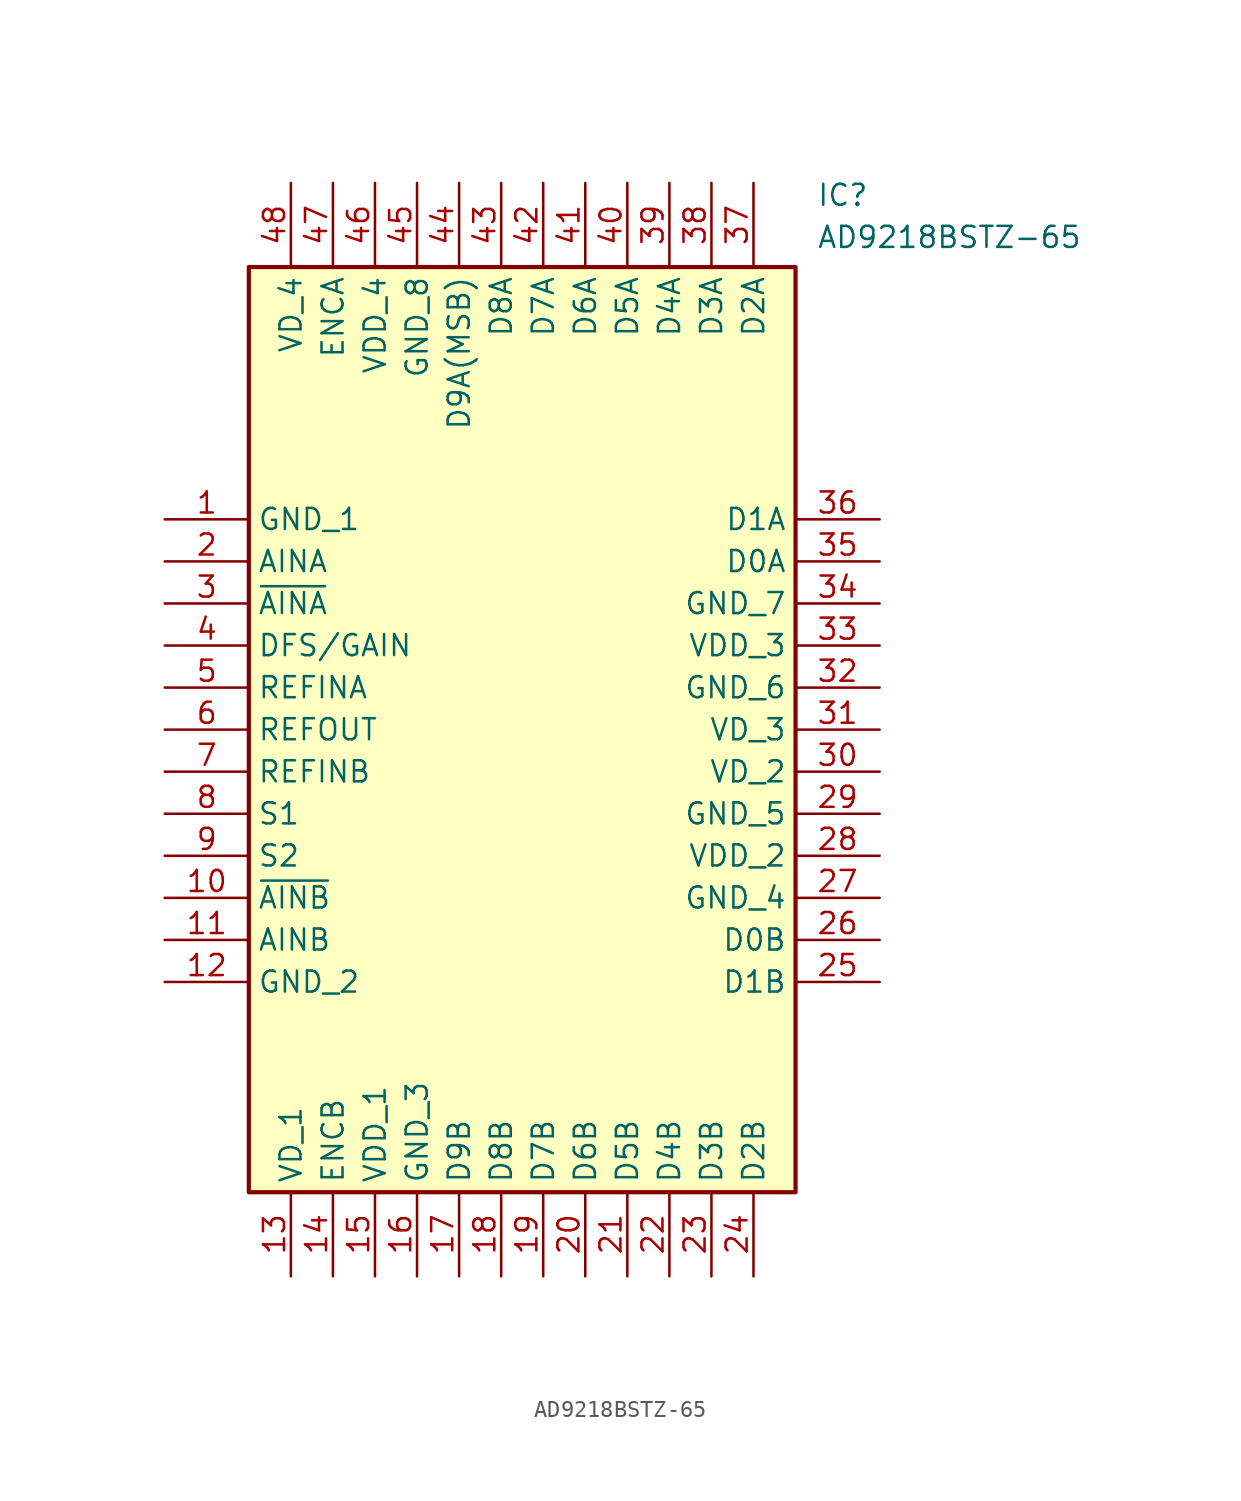
<source format=kicad_sym>
(kicad_symbol_lib
  (version 20211014)
  (generator SamacSys_ECAD_Model)
  (symbol "AD9218BSTZ-65"
    (property "Reference" "IC"
      (at 39.37 20.32 0)
      (effects (font (size 1.27 1.27)) (justify left top)))
    (property "Value" "AD9218BSTZ-65"
      (at 39.37 17.78 0)
      (effects (font (size 1.27 1.27)) (justify left top)))
    (rectangle
      (start 5.08 15.24)
      (end 38.1 -40.64)
      (stroke (width 0.254) (type default))
      (fill (type background)))
    (pin passive line
      (at 0 0 0)
      (length 5.08)
      (name "GND_1" (effects (font (size 1.27 1.27))))
      (number "1" (effects (font (size 1.27 1.27)))))
    (pin passive line
      (at 0 -2.54 0)
      (length 5.08)
      (name "AINA" (effects (font (size 1.27 1.27))))
      (number "2" (effects (font (size 1.27 1.27)))))
    (pin passive line
      (at 0 -5.08 0)
      (length 5.08)
      (name "~{AINA}" (effects (font (size 1.27 1.27))))
      (number "3" (effects (font (size 1.27 1.27)))))
    (pin passive line
      (at 0 -7.62 0)
      (length 5.08)
      (name "DFS/GAIN" (effects (font (size 1.27 1.27))))
      (number "4" (effects (font (size 1.27 1.27)))))
    (pin passive line
      (at 0 -10.16 0)
      (length 5.08)
      (name "REFINA" (effects (font (size 1.27 1.27))))
      (number "5" (effects (font (size 1.27 1.27)))))
    (pin passive line
      (at 0 -12.7 0)
      (length 5.08)
      (name "REFOUT" (effects (font (size 1.27 1.27))))
      (number "6" (effects (font (size 1.27 1.27)))))
    (pin passive line
      (at 0 -15.24 0)
      (length 5.08)
      (name "REFINB" (effects (font (size 1.27 1.27))))
      (number "7" (effects (font (size 1.27 1.27)))))
    (pin passive line
      (at 0 -17.78 0)
      (length 5.08)
      (name "S1" (effects (font (size 1.27 1.27))))
      (number "8" (effects (font (size 1.27 1.27)))))
    (pin passive line
      (at 0 -20.32 0)
      (length 5.08)
      (name "S2" (effects (font (size 1.27 1.27))))
      (number "9" (effects (font (size 1.27 1.27)))))
    (pin passive line
      (at 0 -22.86 0)
      (length 5.08)
      (name "~{AINB}" (effects (font (size 1.27 1.27))))
      (number "10" (effects (font (size 1.27 1.27)))))
    (pin passive line
      (at 0 -25.4 0)
      (length 5.08)
      (name "AINB" (effects (font (size 1.27 1.27))))
      (number "11" (effects (font (size 1.27 1.27)))))
    (pin passive line
      (at 0 -27.94 0)
      (length 5.08)
      (name "GND_2" (effects (font (size 1.27 1.27))))
      (number "12" (effects (font (size 1.27 1.27)))))
    (pin passive line
      (at 7.62 -45.72 90)
      (length 5.08)
      (name "VD_1" (effects (font (size 1.27 1.27))))
      (number "13" (effects (font (size 1.27 1.27)))))
    (pin passive line
      (at 10.16 -45.72 90)
      (length 5.08)
      (name "ENCB" (effects (font (size 1.27 1.27))))
      (number "14" (effects (font (size 1.27 1.27)))))
    (pin passive line
      (at 12.7 -45.72 90)
      (length 5.08)
      (name "VDD_1" (effects (font (size 1.27 1.27))))
      (number "15" (effects (font (size 1.27 1.27)))))
    (pin passive line
      (at 15.24 -45.72 90)
      (length 5.08)
      (name "GND_3" (effects (font (size 1.27 1.27))))
      (number "16" (effects (font (size 1.27 1.27)))))
    (pin passive line
      (at 17.78 -45.72 90)
      (length 5.08)
      (name "D9B" (effects (font (size 1.27 1.27))))
      (number "17" (effects (font (size 1.27 1.27)))))
    (pin passive line
      (at 20.32 -45.72 90)
      (length 5.08)
      (name "D8B" (effects (font (size 1.27 1.27))))
      (number "18" (effects (font (size 1.27 1.27)))))
    (pin passive line
      (at 22.86 -45.72 90)
      (length 5.08)
      (name "D7B" (effects (font (size 1.27 1.27))))
      (number "19" (effects (font (size 1.27 1.27)))))
    (pin passive line
      (at 25.4 -45.72 90)
      (length 5.08)
      (name "D6B" (effects (font (size 1.27 1.27))))
      (number "20" (effects (font (size 1.27 1.27)))))
    (pin passive line
      (at 27.94 -45.72 90)
      (length 5.08)
      (name "D5B" (effects (font (size 1.27 1.27))))
      (number "21" (effects (font (size 1.27 1.27)))))
    (pin passive line
      (at 30.48 -45.72 90)
      (length 5.08)
      (name "D4B" (effects (font (size 1.27 1.27))))
      (number "22" (effects (font (size 1.27 1.27)))))
    (pin passive line
      (at 33.02 -45.72 90)
      (length 5.08)
      (name "D3B" (effects (font (size 1.27 1.27))))
      (number "23" (effects (font (size 1.27 1.27)))))
    (pin passive line
      (at 35.56 -45.72 90)
      (length 5.08)
      (name "D2B" (effects (font (size 1.27 1.27))))
      (number "24" (effects (font (size 1.27 1.27)))))
    (pin passive line
      (at 43.18 0 180)
      (length 5.08)
      (name "D1A" (effects (font (size 1.27 1.27))))
      (number "36" (effects (font (size 1.27 1.27)))))
    (pin passive line
      (at 43.18 -2.54 180)
      (length 5.08)
      (name "D0A" (effects (font (size 1.27 1.27))))
      (number "35" (effects (font (size 1.27 1.27)))))
    (pin passive line
      (at 43.18 -5.08 180)
      (length 5.08)
      (name "GND_7" (effects (font (size 1.27 1.27))))
      (number "34" (effects (font (size 1.27 1.27)))))
    (pin passive line
      (at 43.18 -7.62 180)
      (length 5.08)
      (name "VDD_3" (effects (font (size 1.27 1.27))))
      (number "33" (effects (font (size 1.27 1.27)))))
    (pin passive line
      (at 43.18 -10.16 180)
      (length 5.08)
      (name "GND_6" (effects (font (size 1.27 1.27))))
      (number "32" (effects (font (size 1.27 1.27)))))
    (pin passive line
      (at 43.18 -12.7 180)
      (length 5.08)
      (name "VD_3" (effects (font (size 1.27 1.27))))
      (number "31" (effects (font (size 1.27 1.27)))))
    (pin passive line
      (at 43.18 -15.24 180)
      (length 5.08)
      (name "VD_2" (effects (font (size 1.27 1.27))))
      (number "30" (effects (font (size 1.27 1.27)))))
    (pin passive line
      (at 43.18 -17.78 180)
      (length 5.08)
      (name "GND_5" (effects (font (size 1.27 1.27))))
      (number "29" (effects (font (size 1.27 1.27)))))
    (pin passive line
      (at 43.18 -20.32 180)
      (length 5.08)
      (name "VDD_2" (effects (font (size 1.27 1.27))))
      (number "28" (effects (font (size 1.27 1.27)))))
    (pin passive line
      (at 43.18 -22.86 180)
      (length 5.08)
      (name "GND_4" (effects (font (size 1.27 1.27))))
      (number "27" (effects (font (size 1.27 1.27)))))
    (pin passive line
      (at 43.18 -25.4 180)
      (length 5.08)
      (name "D0B" (effects (font (size 1.27 1.27))))
      (number "26" (effects (font (size 1.27 1.27)))))
    (pin passive line
      (at 43.18 -27.94 180)
      (length 5.08)
      (name "D1B" (effects (font (size 1.27 1.27))))
      (number "25" (effects (font (size 1.27 1.27)))))
    (pin passive line
      (at 7.62 20.32 270)
      (length 5.08)
      (name "VD_4" (effects (font (size 1.27 1.27))))
      (number "48" (effects (font (size 1.27 1.27)))))
    (pin passive line
      (at 10.16 20.32 270)
      (length 5.08)
      (name "ENCA" (effects (font (size 1.27 1.27))))
      (number "47" (effects (font (size 1.27 1.27)))))
    (pin passive line
      (at 12.7 20.32 270)
      (length 5.08)
      (name "VDD_4" (effects (font (size 1.27 1.27))))
      (number "46" (effects (font (size 1.27 1.27)))))
    (pin passive line
      (at 15.24 20.32 270)
      (length 5.08)
      (name "GND_8" (effects (font (size 1.27 1.27))))
      (number "45" (effects (font (size 1.27 1.27)))))
    (pin passive line
      (at 17.78 20.32 270)
      (length 5.08)
      (name "D9A(MSB)" (effects (font (size 1.27 1.27))))
      (number "44" (effects (font (size 1.27 1.27)))))
    (pin passive line
      (at 20.32 20.32 270)
      (length 5.08)
      (name "D8A" (effects (font (size 1.27 1.27))))
      (number "43" (effects (font (size 1.27 1.27)))))
    (pin passive line
      (at 22.86 20.32 270)
      (length 5.08)
      (name "D7A" (effects (font (size 1.27 1.27))))
      (number "42" (effects (font (size 1.27 1.27)))))
    (pin passive line
      (at 25.4 20.32 270)
      (length 5.08)
      (name "D6A" (effects (font (size 1.27 1.27))))
      (number "41" (effects (font (size 1.27 1.27)))))
    (pin passive line
      (at 27.94 20.32 270)
      (length 5.08)
      (name "D5A" (effects (font (size 1.27 1.27))))
      (number "40" (effects (font (size 1.27 1.27)))))
    (pin passive line
      (at 30.48 20.32 270)
      (length 5.08)
      (name "D4A" (effects (font (size 1.27 1.27))))
      (number "39" (effects (font (size 1.27 1.27)))))
    (pin passive line
      (at 33.02 20.32 270)
      (length 5.08)
      (name "D3A" (effects (font (size 1.27 1.27))))
      (number "38" (effects (font (size 1.27 1.27)))))
    (pin passive line
      (at 35.56 20.32 270)
      (length 5.08)
      (name "D2A" (effects (font (size 1.27 1.27))))
      (number "37" (effects (font (size 1.27 1.27)))))))
</source>
